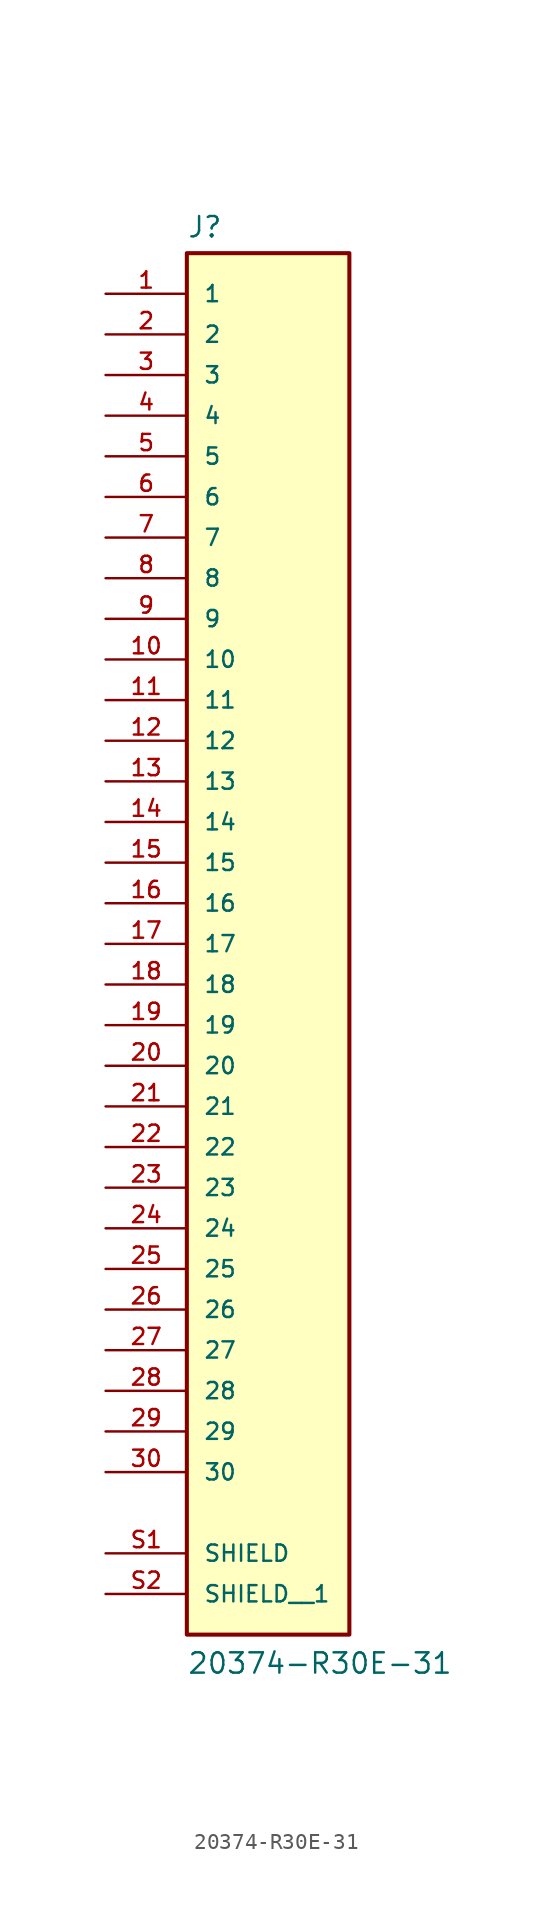
<source format=kicad_sym>
(kicad_symbol_lib
  (version 20211014)
  (generator kicad_symbol_editor)
  (symbol "20374-R30E-31"
    (pin_names
      (offset 1.016))
    (property "Reference" "J"
      (at -5.08 41.529 0)
      (effects (font (size 1.27 1.27)) (justify bottom left)))
    (property "Value" "20374-R30E-31"
      (at -5.08 -48.26 0)
      (effects (font (size 1.27 1.27)) (justify bottom left)))
    (symbol "20374-R30E-31_0_0"
      (rectangle (start -5.08 -45.72) (end 5.08 40.64) (stroke (width 0.254)) (fill (type background)))
      (pin passive line (at -10.16 38.1 0) (length 5.08) (name "1" (effects (font (size 1.016 1.016)))) (number "1" (effects (font (size 1.016 1.016)))))
      (pin passive line (at -10.16 35.56 0) (length 5.08) (name "2" (effects (font (size 1.016 1.016)))) (number "2" (effects (font (size 1.016 1.016)))))
      (pin passive line (at -10.16 33.02 0) (length 5.08) (name "3" (effects (font (size 1.016 1.016)))) (number "3" (effects (font (size 1.016 1.016)))))
      (pin passive line (at -10.16 30.48 0) (length 5.08) (name "4" (effects (font (size 1.016 1.016)))) (number "4" (effects (font (size 1.016 1.016)))))
      (pin passive line (at -10.16 27.94 0) (length 5.08) (name "5" (effects (font (size 1.016 1.016)))) (number "5" (effects (font (size 1.016 1.016)))))
      (pin passive line (at -10.16 25.4 0) (length 5.08) (name "6" (effects (font (size 1.016 1.016)))) (number "6" (effects (font (size 1.016 1.016)))))
      (pin passive line (at -10.16 22.86 0) (length 5.08) (name "7" (effects (font (size 1.016 1.016)))) (number "7" (effects (font (size 1.016 1.016)))))
      (pin passive line (at -10.16 20.32 0) (length 5.08) (name "8" (effects (font (size 1.016 1.016)))) (number "8" (effects (font (size 1.016 1.016)))))
      (pin passive line (at -10.16 17.78 0) (length 5.08) (name "9" (effects (font (size 1.016 1.016)))) (number "9" (effects (font (size 1.016 1.016)))))
      (pin passive line (at -10.16 15.24 0) (length 5.08) (name "10" (effects (font (size 1.016 1.016)))) (number "10" (effects (font (size 1.016 1.016)))))
      (pin passive line (at -10.16 12.7 0) (length 5.08) (name "11" (effects (font (size 1.016 1.016)))) (number "11" (effects (font (size 1.016 1.016)))))
      (pin passive line (at -10.16 10.16 0) (length 5.08) (name "12" (effects (font (size 1.016 1.016)))) (number "12" (effects (font (size 1.016 1.016)))))
      (pin passive line (at -10.16 7.62 0) (length 5.08) (name "13" (effects (font (size 1.016 1.016)))) (number "13" (effects (font (size 1.016 1.016)))))
      (pin passive line (at -10.16 5.08 0) (length 5.08) (name "14" (effects (font (size 1.016 1.016)))) (number "14" (effects (font (size 1.016 1.016)))))
      (pin passive line (at -10.16 2.54 0) (length 5.08) (name "15" (effects (font (size 1.016 1.016)))) (number "15" (effects (font (size 1.016 1.016)))))
      (pin passive line (at -10.16 0.0 0) (length 5.08) (name "16" (effects (font (size 1.016 1.016)))) (number "16" (effects (font (size 1.016 1.016)))))
      (pin passive line (at -10.16 -2.54 0) (length 5.08) (name "17" (effects (font (size 1.016 1.016)))) (number "17" (effects (font (size 1.016 1.016)))))
      (pin passive line (at -10.16 -5.08 0) (length 5.08) (name "18" (effects (font (size 1.016 1.016)))) (number "18" (effects (font (size 1.016 1.016)))))
      (pin passive line (at -10.16 -7.62 0) (length 5.08) (name "19" (effects (font (size 1.016 1.016)))) (number "19" (effects (font (size 1.016 1.016)))))
      (pin passive line (at -10.16 -10.16 0) (length 5.08) (name "20" (effects (font (size 1.016 1.016)))) (number "20" (effects (font (size 1.016 1.016)))))
      (pin passive line (at -10.16 -12.7 0) (length 5.08) (name "21" (effects (font (size 1.016 1.016)))) (number "21" (effects (font (size 1.016 1.016)))))
      (pin passive line (at -10.16 -15.24 0) (length 5.08) (name "22" (effects (font (size 1.016 1.016)))) (number "22" (effects (font (size 1.016 1.016)))))
      (pin passive line (at -10.16 -17.78 0) (length 5.08) (name "23" (effects (font (size 1.016 1.016)))) (number "23" (effects (font (size 1.016 1.016)))))
      (pin passive line (at -10.16 -20.32 0) (length 5.08) (name "24" (effects (font (size 1.016 1.016)))) (number "24" (effects (font (size 1.016 1.016)))))
      (pin passive line (at -10.16 -22.86 0) (length 5.08) (name "25" (effects (font (size 1.016 1.016)))) (number "25" (effects (font (size 1.016 1.016)))))
      (pin passive line (at -10.16 -25.4 0) (length 5.08) (name "26" (effects (font (size 1.016 1.016)))) (number "26" (effects (font (size 1.016 1.016)))))
      (pin passive line (at -10.16 -27.94 0) (length 5.08) (name "27" (effects (font (size 1.016 1.016)))) (number "27" (effects (font (size 1.016 1.016)))))
      (pin passive line (at -10.16 -30.48 0) (length 5.08) (name "28" (effects (font (size 1.016 1.016)))) (number "28" (effects (font (size 1.016 1.016)))))
      (pin passive line (at -10.16 -33.02 0) (length 5.08) (name "29" (effects (font (size 1.016 1.016)))) (number "29" (effects (font (size 1.016 1.016)))))
      (pin passive line (at -10.16 -35.56 0) (length 5.08) (name "30" (effects (font (size 1.016 1.016)))) (number "30" (effects (font (size 1.016 1.016)))))
      (pin passive line (at -10.16 -40.64 0) (length 5.08) (name "SHIELD" (effects (font (size 1.016 1.016)))) (number "S1" (effects (font (size 1.016 1.016)))))
      (pin passive line (at -10.16 -43.18 0) (length 5.08) (name "SHIELD__1" (effects (font (size 1.016 1.016)))) (number "S2" (effects (font (size 1.016 1.016))))))))
</source>
